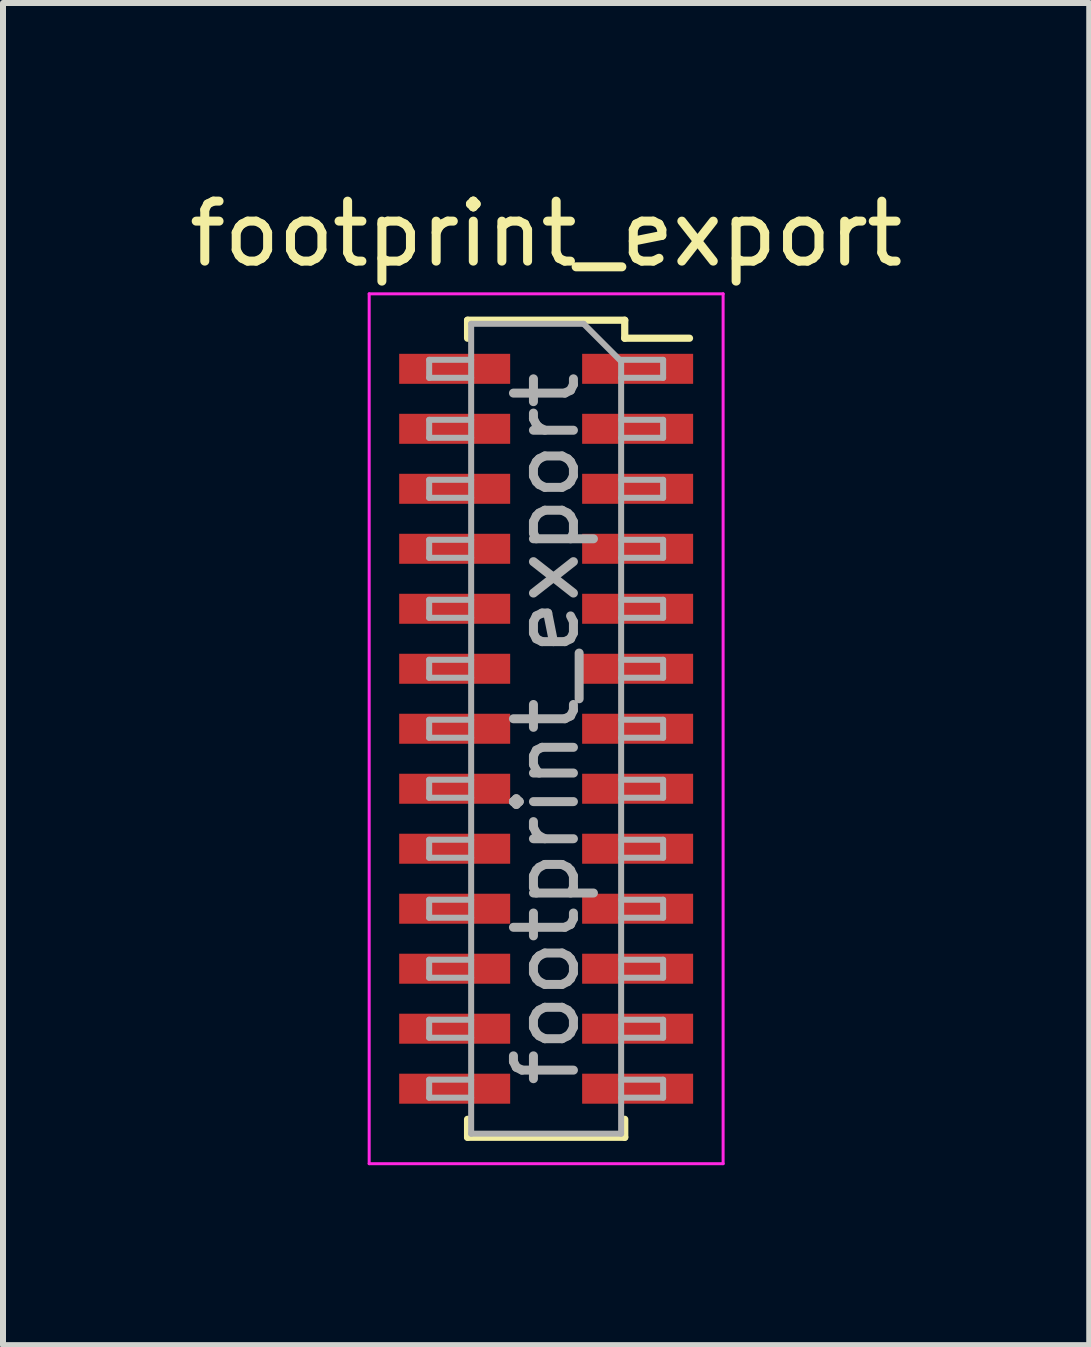
<source format=kicad_pcb>
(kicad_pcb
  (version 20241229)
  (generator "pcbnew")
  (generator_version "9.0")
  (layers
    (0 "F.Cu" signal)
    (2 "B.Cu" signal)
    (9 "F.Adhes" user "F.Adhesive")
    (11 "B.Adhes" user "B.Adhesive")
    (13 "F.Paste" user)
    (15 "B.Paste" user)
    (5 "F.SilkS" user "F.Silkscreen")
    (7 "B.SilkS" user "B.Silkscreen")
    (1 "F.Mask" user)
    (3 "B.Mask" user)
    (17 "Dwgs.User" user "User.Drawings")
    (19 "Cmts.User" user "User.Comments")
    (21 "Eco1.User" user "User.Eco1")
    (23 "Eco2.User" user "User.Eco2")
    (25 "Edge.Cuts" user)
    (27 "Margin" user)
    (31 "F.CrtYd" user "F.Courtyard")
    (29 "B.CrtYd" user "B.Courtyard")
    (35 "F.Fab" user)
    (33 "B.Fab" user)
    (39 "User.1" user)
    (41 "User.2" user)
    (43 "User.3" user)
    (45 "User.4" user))
  (footprint "footprint_export"
    (layer "F.Cu")
    (at 6.054 9.098)
    (property "Reference" "footprint_export" (at 0 -8.25 0) (layer "F.SilkS") (effects (font (size 1 1) (thickness 0.15))))
    (attr smd)
    (fp_line (start -1.31 -6.81) (end -1.31 -6.51) (stroke (width 0.12) (type solid)) (layer "F.SilkS"))
    (fp_line (start -1.31 -6.81) (end 1.31 -6.81) (stroke (width 0.12) (type solid)) (layer "F.SilkS"))
    (fp_line (start -1.31 6.51) (end -1.31 6.81) (stroke (width 0.12) (type solid)) (layer "F.SilkS"))
    (fp_line (start -1.31 6.81) (end 1.31 6.81) (stroke (width 0.12) (type solid)) (layer "F.SilkS"))
    (fp_line (start 1.31 -6.81) (end 1.31 -6.51) (stroke (width 0.12) (type solid)) (layer "F.SilkS"))
    (fp_line (start 1.31 -6.51) (end 2.39 -6.51) (stroke (width 0.12) (type solid)) (layer "F.SilkS"))
    (fp_line (start 1.31 6.51) (end 1.31 6.81) (stroke (width 0.12) (type solid)) (layer "F.SilkS"))
    (fp_line (start -2.95 -7.25) (end 2.95 -7.25) (stroke (width 0.05) (type solid)) (layer "F.CrtYd"))
    (fp_line (start -2.95 7.25) (end -2.95 -7.25) (stroke (width 0.05) (type solid)) (layer "F.CrtYd"))
    (fp_line (start 2.95 -7.25) (end 2.95 7.25) (stroke (width 0.05) (type solid)) (layer "F.CrtYd"))
    (fp_line (start 2.95 7.25) (end -2.95 7.25) (stroke (width 0.05) (type solid)) (layer "F.CrtYd"))
    (fp_line (start -1.95 -6.15) (end -1.25 -6.15) (stroke (width 0.1) (type solid)) (layer "F.Fab"))
    (fp_line (start -1.95 -5.85) (end -1.95 -6.15) (stroke (width 0.1) (type solid)) (layer "F.Fab"))
    (fp_line (start -1.95 -5.15) (end -1.25 -5.15) (stroke (width 0.1) (type solid)) (layer "F.Fab"))
    (fp_line (start -1.95 -4.85) (end -1.95 -5.15) (stroke (width 0.1) (type solid)) (layer "F.Fab"))
    (fp_line (start -1.95 -4.15) (end -1.25 -4.15) (stroke (width 0.1) (type solid)) (layer "F.Fab"))
    (fp_line (start -1.95 -3.85) (end -1.95 -4.15) (stroke (width 0.1) (type solid)) (layer "F.Fab"))
    (fp_line (start -1.95 -3.15) (end -1.25 -3.15) (stroke (width 0.1) (type solid)) (layer "F.Fab"))
    (fp_line (start -1.95 -2.85) (end -1.95 -3.15) (stroke (width 0.1) (type solid)) (layer "F.Fab"))
    (fp_line (start -1.95 -2.15) (end -1.25 -2.15) (stroke (width 0.1) (type solid)) (layer "F.Fab"))
    (fp_line (start -1.95 -1.85) (end -1.95 -2.15) (stroke (width 0.1) (type solid)) (layer "F.Fab"))
    (fp_line (start -1.95 -1.15) (end -1.25 -1.15) (stroke (width 0.1) (type solid)) (layer "F.Fab"))
    (fp_line (start -1.95 -0.85) (end -1.95 -1.15) (stroke (width 0.1) (type solid)) (layer "F.Fab"))
    (fp_line (start -1.95 -0.15) (end -1.25 -0.15) (stroke (width 0.1) (type solid)) (layer "F.Fab"))
    (fp_line (start -1.95 0.15) (end -1.95 -0.15) (stroke (width 0.1) (type solid)) (layer "F.Fab"))
    (fp_line (start -1.95 0.85) (end -1.25 0.85) (stroke (width 0.1) (type solid)) (layer "F.Fab"))
    (fp_line (start -1.95 1.15) (end -1.95 0.85) (stroke (width 0.1) (type solid)) (layer "F.Fab"))
    (fp_line (start -1.95 1.85) (end -1.25 1.85) (stroke (width 0.1) (type solid)) (layer "F.Fab"))
    (fp_line (start -1.95 2.15) (end -1.95 1.85) (stroke (width 0.1) (type solid)) (layer "F.Fab"))
    (fp_line (start -1.95 2.85) (end -1.25 2.85) (stroke (width 0.1) (type solid)) (layer "F.Fab"))
    (fp_line (start -1.95 3.15) (end -1.95 2.85) (stroke (width 0.1) (type solid)) (layer "F.Fab"))
    (fp_line (start -1.95 3.85) (end -1.25 3.85) (stroke (width 0.1) (type solid)) (layer "F.Fab"))
    (fp_line (start -1.95 4.15) (end -1.95 3.85) (stroke (width 0.1) (type solid)) (layer "F.Fab"))
    (fp_line (start -1.95 4.85) (end -1.25 4.85) (stroke (width 0.1) (type solid)) (layer "F.Fab"))
    (fp_line (start -1.95 5.15) (end -1.95 4.85) (stroke (width 0.1) (type solid)) (layer "F.Fab"))
    (fp_line (start -1.95 5.85) (end -1.25 5.85) (stroke (width 0.1) (type solid)) (layer "F.Fab"))
    (fp_line (start -1.95 6.15) (end -1.95 5.85) (stroke (width 0.1) (type solid)) (layer "F.Fab"))
    (fp_line (start -1.25 -6.75) (end 0.625 -6.75) (stroke (width 0.1) (type solid)) (layer "F.Fab"))
    (fp_line (start -1.25 -5.85) (end -1.95 -5.85) (stroke (width 0.1) (type solid)) (layer "F.Fab"))
    (fp_line (start -1.25 -4.85) (end -1.95 -4.85) (stroke (width 0.1) (type solid)) (layer "F.Fab"))
    (fp_line (start -1.25 -3.85) (end -1.95 -3.85) (stroke (width 0.1) (type solid)) (layer "F.Fab"))
    (fp_line (start -1.25 -2.85) (end -1.95 -2.85) (stroke (width 0.1) (type solid)) (layer "F.Fab"))
    (fp_line (start -1.25 -1.85) (end -1.95 -1.85) (stroke (width 0.1) (type solid)) (layer "F.Fab"))
    (fp_line (start -1.25 -0.85) (end -1.95 -0.85) (stroke (width 0.1) (type solid)) (layer "F.Fab"))
    (fp_line (start -1.25 0.15) (end -1.95 0.15) (stroke (width 0.1) (type solid)) (layer "F.Fab"))
    (fp_line (start -1.25 1.15) (end -1.95 1.15) (stroke (width 0.1) (type solid)) (layer "F.Fab"))
    (fp_line (start -1.25 2.15) (end -1.95 2.15) (stroke (width 0.1) (type solid)) (layer "F.Fab"))
    (fp_line (start -1.25 3.15) (end -1.95 3.15) (stroke (width 0.1) (type solid)) (layer "F.Fab"))
    (fp_line (start -1.25 4.15) (end -1.95 4.15) (stroke (width 0.1) (type solid)) (layer "F.Fab"))
    (fp_line (start -1.25 5.15) (end -1.95 5.15) (stroke (width 0.1) (type solid)) (layer "F.Fab"))
    (fp_line (start -1.25 6.15) (end -1.95 6.15) (stroke (width 0.1) (type solid)) (layer "F.Fab"))
    (fp_line (start -1.25 6.75) (end -1.25 -6.75) (stroke (width 0.1) (type solid)) (layer "F.Fab"))
    (fp_line (start 0.625 -6.75) (end 1.25 -6.125) (stroke (width 0.1) (type solid)) (layer "F.Fab"))
    (fp_line (start 1.25 -6.15) (end 1.95 -6.15) (stroke (width 0.1) (type solid)) (layer "F.Fab"))
    (fp_line (start 1.25 -6.125) (end 1.25 6.75) (stroke (width 0.1) (type solid)) (layer "F.Fab"))
    (fp_line (start 1.25 -5.15) (end 1.95 -5.15) (stroke (width 0.1) (type solid)) (layer "F.Fab"))
    (fp_line (start 1.25 -4.15) (end 1.95 -4.15) (stroke (width 0.1) (type solid)) (layer "F.Fab"))
    (fp_line (start 1.25 -3.15) (end 1.95 -3.15) (stroke (width 0.1) (type solid)) (layer "F.Fab"))
    (fp_line (start 1.25 -2.15) (end 1.95 -2.15) (stroke (width 0.1) (type solid)) (layer "F.Fab"))
    (fp_line (start 1.25 -1.15) (end 1.95 -1.15) (stroke (width 0.1) (type solid)) (layer "F.Fab"))
    (fp_line (start 1.25 -0.15) (end 1.95 -0.15) (stroke (width 0.1) (type solid)) (layer "F.Fab"))
    (fp_line (start 1.25 0.85) (end 1.95 0.85) (stroke (width 0.1) (type solid)) (layer "F.Fab"))
    (fp_line (start 1.25 1.85) (end 1.95 1.85) (stroke (width 0.1) (type solid)) (layer "F.Fab"))
    (fp_line (start 1.25 2.85) (end 1.95 2.85) (stroke (width 0.1) (type solid)) (layer "F.Fab"))
    (fp_line (start 1.25 3.85) (end 1.95 3.85) (stroke (width 0.1) (type solid)) (layer "F.Fab"))
    (fp_line (start 1.25 4.85) (end 1.95 4.85) (stroke (width 0.1) (type solid)) (layer "F.Fab"))
    (fp_line (start 1.25 5.85) (end 1.95 5.85) (stroke (width 0.1) (type solid)) (layer "F.Fab"))
    (fp_line (start 1.25 6.75) (end -1.25 6.75) (stroke (width 0.1) (type solid)) (layer "F.Fab"))
    (fp_line (start 1.95 -6.15) (end 1.95 -5.85) (stroke (width 0.1) (type solid)) (layer "F.Fab"))
    (fp_line (start 1.95 -5.85) (end 1.25 -5.85) (stroke (width 0.1) (type solid)) (layer "F.Fab"))
    (fp_line (start 1.95 -5.15) (end 1.95 -4.85) (stroke (width 0.1) (type solid)) (layer "F.Fab"))
    (fp_line (start 1.95 -4.85) (end 1.25 -4.85) (stroke (width 0.1) (type solid)) (layer "F.Fab"))
    (fp_line (start 1.95 -4.15) (end 1.95 -3.85) (stroke (width 0.1) (type solid)) (layer "F.Fab"))
    (fp_line (start 1.95 -3.85) (end 1.25 -3.85) (stroke (width 0.1) (type solid)) (layer "F.Fab"))
    (fp_line (start 1.95 -3.15) (end 1.95 -2.85) (stroke (width 0.1) (type solid)) (layer "F.Fab"))
    (fp_line (start 1.95 -2.85) (end 1.25 -2.85) (stroke (width 0.1) (type solid)) (layer "F.Fab"))
    (fp_line (start 1.95 -2.15) (end 1.95 -1.85) (stroke (width 0.1) (type solid)) (layer "F.Fab"))
    (fp_line (start 1.95 -1.85) (end 1.25 -1.85) (stroke (width 0.1) (type solid)) (layer "F.Fab"))
    (fp_line (start 1.95 -1.15) (end 1.95 -0.85) (stroke (width 0.1) (type solid)) (layer "F.Fab"))
    (fp_line (start 1.95 -0.85) (end 1.25 -0.85) (stroke (width 0.1) (type solid)) (layer "F.Fab"))
    (fp_line (start 1.95 -0.15) (end 1.95 0.15) (stroke (width 0.1) (type solid)) (layer "F.Fab"))
    (fp_line (start 1.95 0.15) (end 1.25 0.15) (stroke (width 0.1) (type solid)) (layer "F.Fab"))
    (fp_line (start 1.95 0.85) (end 1.95 1.15) (stroke (width 0.1) (type solid)) (layer "F.Fab"))
    (fp_line (start 1.95 1.15) (end 1.25 1.15) (stroke (width 0.1) (type solid)) (layer "F.Fab"))
    (fp_line (start 1.95 1.85) (end 1.95 2.15) (stroke (width 0.1) (type solid)) (layer "F.Fab"))
    (fp_line (start 1.95 2.15) (end 1.25 2.15) (stroke (width 0.1) (type solid)) (layer "F.Fab"))
    (fp_line (start 1.95 2.85) (end 1.95 3.15) (stroke (width 0.1) (type solid)) (layer "F.Fab"))
    (fp_line (start 1.95 3.15) (end 1.25 3.15) (stroke (width 0.1) (type solid)) (layer "F.Fab"))
    (fp_line (start 1.95 3.85) (end 1.95 4.15) (stroke (width 0.1) (type solid)) (layer "F.Fab"))
    (fp_line (start 1.95 4.15) (end 1.25 4.15) (stroke (width 0.1) (type solid)) (layer "F.Fab"))
    (fp_line (start 1.95 4.85) (end 1.95 5.15) (stroke (width 0.1) (type solid)) (layer "F.Fab"))
    (fp_line (start 1.95 5.15) (end 1.25 5.15) (stroke (width 0.1) (type solid)) (layer "F.Fab"))
    (fp_line (start 1.95 5.85) (end 1.95 6.15) (stroke (width 0.1) (type solid)) (layer "F.Fab"))
    (fp_line (start 1.95 6.15) (end 1.25 6.15) (stroke (width 0.1) (type solid)) (layer "F.Fab"))
    (fp_text user "${REFERENCE}" (at 0 0 90) (layer "F.Fab") (effects (font (size 1 1) (thickness 0.15))))
    (pad "1" smd rect (at 1.525 -6) (size 1.85 0.5) (layers "F.Cu" "F.Mask" "F.Paste"))
    (pad "2" smd rect (at -1.525 -6) (size 1.85 0.5) (layers "F.Cu" "F.Mask" "F.Paste"))
    (pad "3" smd rect (at 1.525 -5) (size 1.85 0.5) (layers "F.Cu" "F.Mask" "F.Paste"))
    (pad "4" smd rect (at -1.525 -5) (size 1.85 0.5) (layers "F.Cu" "F.Mask" "F.Paste"))
    (pad "5" smd rect (at 1.525 -4) (size 1.85 0.5) (layers "F.Cu" "F.Mask" "F.Paste"))
    (pad "6" smd rect (at -1.525 -4) (size 1.85 0.5) (layers "F.Cu" "F.Mask" "F.Paste"))
    (pad "7" smd rect (at 1.525 -3) (size 1.85 0.5) (layers "F.Cu" "F.Mask" "F.Paste"))
    (pad "8" smd rect (at -1.525 -3) (size 1.85 0.5) (layers "F.Cu" "F.Mask" "F.Paste"))
    (pad "9" smd rect (at 1.525 -2) (size 1.85 0.5) (layers "F.Cu" "F.Mask" "F.Paste"))
    (pad "10" smd rect (at -1.525 -2) (size 1.85 0.5) (layers "F.Cu" "F.Mask" "F.Paste"))
    (pad "11" smd rect (at 1.525 -1) (size 1.85 0.5) (layers "F.Cu" "F.Mask" "F.Paste"))
    (pad "12" smd rect (at -1.525 -1) (size 1.85 0.5) (layers "F.Cu" "F.Mask" "F.Paste"))
    (pad "13" smd rect (at 1.525 0) (size 1.85 0.5) (layers "F.Cu" "F.Mask" "F.Paste"))
    (pad "14" smd rect (at -1.525 0) (size 1.85 0.5) (layers "F.Cu" "F.Mask" "F.Paste"))
    (pad "15" smd rect (at 1.525 1) (size 1.85 0.5) (layers "F.Cu" "F.Mask" "F.Paste"))
    (pad "16" smd rect (at -1.525 1) (size 1.85 0.5) (layers "F.Cu" "F.Mask" "F.Paste"))
    (pad "17" smd rect (at 1.525 2) (size 1.85 0.5) (layers "F.Cu" "F.Mask" "F.Paste"))
    (pad "18" smd rect (at -1.525 2) (size 1.85 0.5) (layers "F.Cu" "F.Mask" "F.Paste"))
    (pad "19" smd rect (at 1.525 3) (size 1.85 0.5) (layers "F.Cu" "F.Mask" "F.Paste"))
    (pad "20" smd rect (at -1.525 3) (size 1.85 0.5) (layers "F.Cu" "F.Mask" "F.Paste"))
    (pad "21" smd rect (at 1.525 4) (size 1.85 0.5) (layers "F.Cu" "F.Mask" "F.Paste"))
    (pad "22" smd rect (at -1.525 4) (size 1.85 0.5) (layers "F.Cu" "F.Mask" "F.Paste"))
    (pad "23" smd rect (at 1.525 5) (size 1.85 0.5) (layers "F.Cu" "F.Mask" "F.Paste"))
    (pad "24" smd rect (at -1.525 5) (size 1.85 0.5) (layers "F.Cu" "F.Mask" "F.Paste"))
    (pad "25" smd rect (at 1.525 6) (size 1.85 0.5) (layers "F.Cu" "F.Mask" "F.Paste"))
    (pad "26" smd rect (at -1.525 6) (size 1.85 0.5) (layers "F.Cu" "F.Mask" "F.Paste")))
  (gr_rect
    (start -3 -3)
    (end 15.107 19.373)
    (stroke (width 0.1) (type default))
    (fill no)
    (layer "Edge.Cuts")))
</source>
